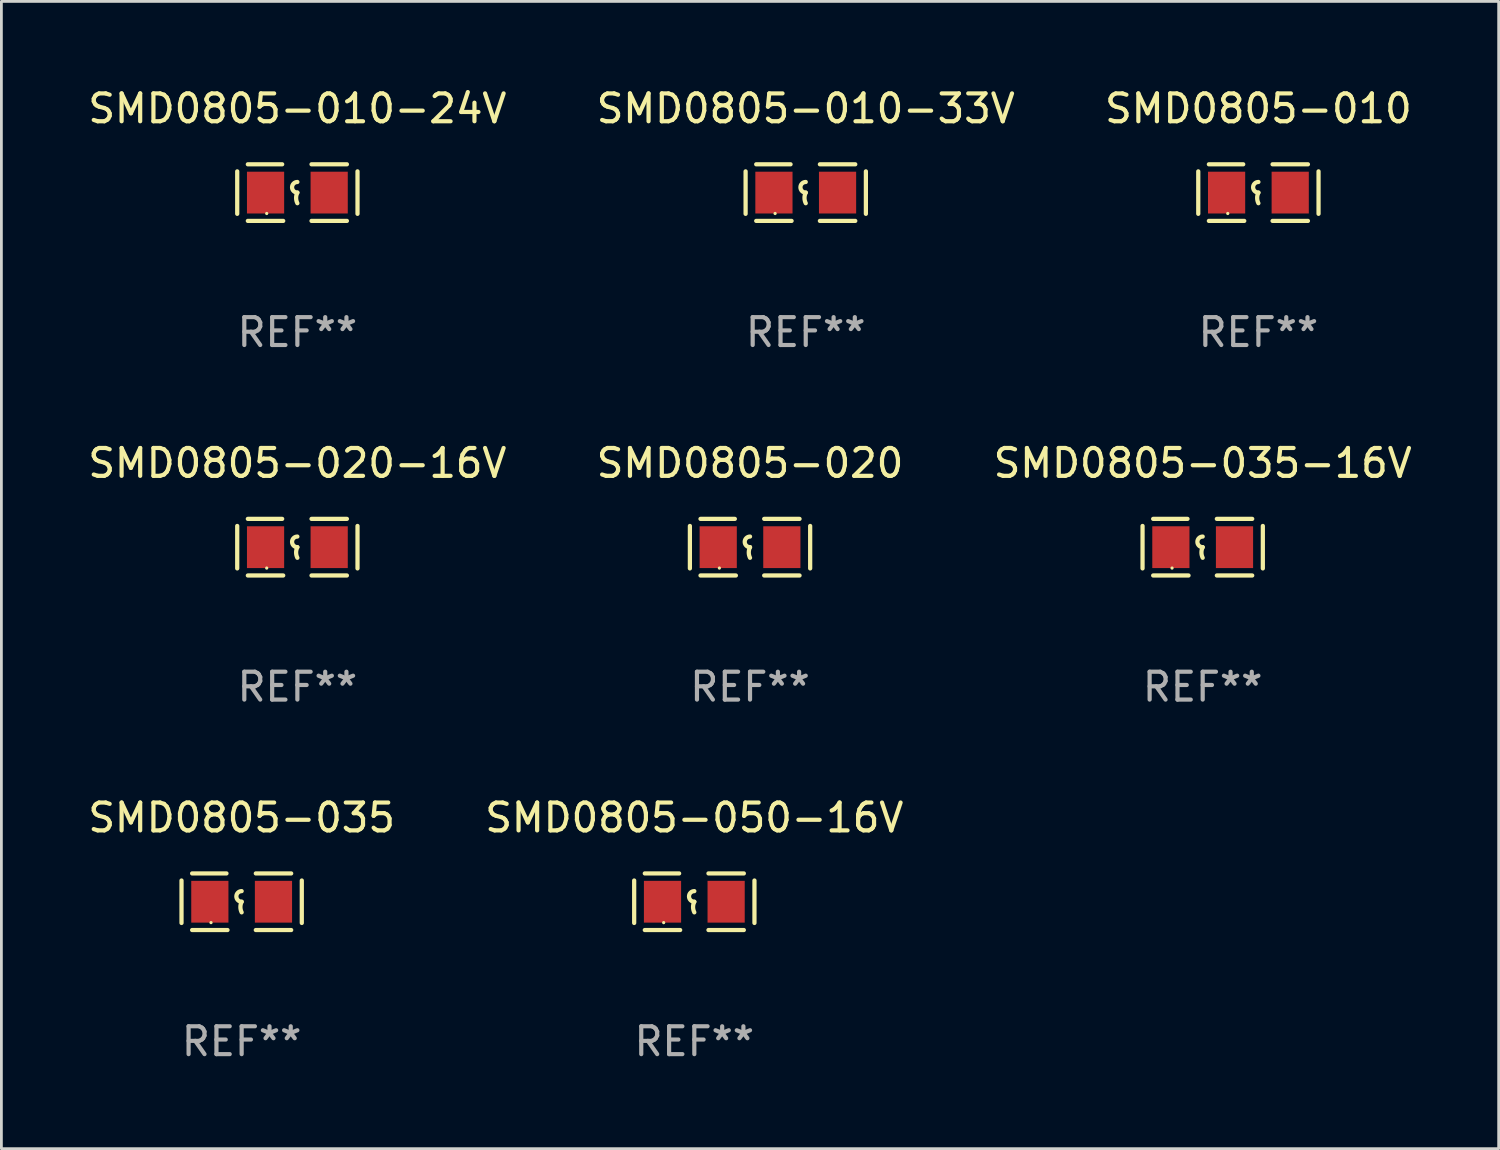
<source format=kicad_pcb>
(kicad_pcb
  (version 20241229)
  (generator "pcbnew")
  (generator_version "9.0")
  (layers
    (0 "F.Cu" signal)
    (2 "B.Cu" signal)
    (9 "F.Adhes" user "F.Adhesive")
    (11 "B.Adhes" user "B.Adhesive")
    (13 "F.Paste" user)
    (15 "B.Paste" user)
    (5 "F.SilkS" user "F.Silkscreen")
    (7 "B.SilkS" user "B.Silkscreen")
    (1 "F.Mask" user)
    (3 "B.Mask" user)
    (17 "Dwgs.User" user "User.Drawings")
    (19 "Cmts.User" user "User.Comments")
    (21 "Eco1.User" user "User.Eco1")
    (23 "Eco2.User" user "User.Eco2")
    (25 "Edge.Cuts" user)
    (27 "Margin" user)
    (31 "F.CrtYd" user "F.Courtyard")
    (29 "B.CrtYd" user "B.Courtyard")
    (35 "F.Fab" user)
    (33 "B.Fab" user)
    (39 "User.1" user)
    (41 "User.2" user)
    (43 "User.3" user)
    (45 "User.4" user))
  (footprint "SMD0805-010-33V"
    (layer "F.Cu")
    (at 25.875 3.864)
    (property "Reference" "SMD0805-010-33V" (at 0 -3.016 0) (layer "F.SilkS") (effects (font (size 1 1) (thickness 0.15))))
    (attr through_hole)
    (fp_line (start -2.159 -0.762) (end -2.159 0.762) (stroke (width 0.152) (type solid)) (layer "F.SilkS"))
    (fp_line (start -1.778 -1.016) (end -0.545 -1.016) (stroke (width 0.152) (type solid)) (layer "F.SilkS"))
    (fp_line (start -0.508 1.016) (end -1.778 1.016) (stroke (width 0.152) (type solid)) (layer "F.SilkS"))
    (fp_line (start 0.508 1.016) (end 1.778 1.016) (stroke (width 0.152) (type solid)) (layer "F.SilkS"))
    (fp_line (start 1.778 -1.016) (end 0.508 -1.016) (stroke (width 0.152) (type solid)) (layer "F.SilkS"))
    (fp_line (start 2.159 -0.762) (end 2.159 0.762) (stroke (width 0.152) (type solid)) (layer "F.SilkS"))
    (fp_arc (start 0 0) (mid -0.1905 -0.1905) (end 0 -0.381) (stroke (width 0.151994) (type solid)) (layer "F.SilkS"))
    (fp_arc (start 0 0.381001) (mid -0.044971 0.1905) (end 0 0) (stroke (width 0.151994) (type solid)) (layer "F.SilkS"))
    (fp_circle (center -1.1 0.75) (end -1.07 0.75) (stroke (width 0.06) (type solid)) (fill no) (layer "F.SilkS"))
    (fp_text user "REF**" (at 0 5.016 0) (layer "F.Fab") (effects (font (size 1 1) (thickness 0.15))))
    (pad "1" smd rect (at -1.142 0) (size 1.335 1.5) (layers "F.Cu" "F.Mask" "F.Paste"))
    (pad "2" smd rect (at 1.142 0) (size 1.335 1.5) (layers "F.Cu" "F.Mask" "F.Paste")))
  (footprint "SMD0805-010"
    (layer "F.Cu")
    (at 42.125 3.864)
    (property "Reference" "SMD0805-010" (at 0 -3.016 0) (layer "F.SilkS") (effects (font (size 1 1) (thickness 0.15))))
    (attr through_hole)
    (fp_line (start -2.159 -0.762) (end -2.159 0.762) (stroke (width 0.152) (type solid)) (layer "F.SilkS"))
    (fp_line (start -1.778 -1.016) (end -0.545 -1.016) (stroke (width 0.152) (type solid)) (layer "F.SilkS"))
    (fp_line (start -0.508 1.016) (end -1.778 1.016) (stroke (width 0.152) (type solid)) (layer "F.SilkS"))
    (fp_line (start 0.508 1.016) (end 1.778 1.016) (stroke (width 0.152) (type solid)) (layer "F.SilkS"))
    (fp_line (start 1.778 -1.016) (end 0.508 -1.016) (stroke (width 0.152) (type solid)) (layer "F.SilkS"))
    (fp_line (start 2.159 -0.762) (end 2.159 0.762) (stroke (width 0.152) (type solid)) (layer "F.SilkS"))
    (fp_arc (start 0 0) (mid -0.1905 -0.1905) (end 0 -0.381) (stroke (width 0.151994) (type solid)) (layer "F.SilkS"))
    (fp_arc (start 0 0.381001) (mid -0.044971 0.1905) (end 0 0) (stroke (width 0.151994) (type solid)) (layer "F.SilkS"))
    (fp_circle (center -1.1 0.75) (end -1.07 0.75) (stroke (width 0.06) (type solid)) (fill no) (layer "F.SilkS"))
    (fp_text user "REF**" (at 0 5.016 0) (layer "F.Fab") (effects (font (size 1 1) (thickness 0.15))))
    (pad "1" smd rect (at -1.142 0) (size 1.335 1.5) (layers "F.Cu" "F.Mask" "F.Paste"))
    (pad "2" smd rect (at 1.142 0) (size 1.335 1.5) (layers "F.Cu" "F.Mask" "F.Paste")))
  (footprint "SMD0805-020"
    (layer "F.Cu")
    (at 23.875 16.593)
    (property "Reference" "SMD0805-020" (at 0 -3.016 0) (layer "F.SilkS") (effects (font (size 1 1) (thickness 0.15))))
    (attr through_hole)
    (fp_line (start -2.159 -0.762) (end -2.159 0.762) (stroke (width 0.152) (type solid)) (layer "F.SilkS"))
    (fp_line (start -1.778 -1.016) (end -0.545 -1.016) (stroke (width 0.152) (type solid)) (layer "F.SilkS"))
    (fp_line (start -0.508 1.016) (end -1.778 1.016) (stroke (width 0.152) (type solid)) (layer "F.SilkS"))
    (fp_line (start 0.508 1.016) (end 1.778 1.016) (stroke (width 0.152) (type solid)) (layer "F.SilkS"))
    (fp_line (start 1.778 -1.016) (end 0.508 -1.016) (stroke (width 0.152) (type solid)) (layer "F.SilkS"))
    (fp_line (start 2.159 -0.762) (end 2.159 0.762) (stroke (width 0.152) (type solid)) (layer "F.SilkS"))
    (fp_arc (start 0 0) (mid -0.1905 -0.1905) (end 0 -0.381) (stroke (width 0.151994) (type solid)) (layer "F.SilkS"))
    (fp_arc (start 0 0.381001) (mid -0.044971 0.1905) (end 0 0) (stroke (width 0.151994) (type solid)) (layer "F.SilkS"))
    (fp_circle (center -1.1 0.75) (end -1.07 0.75) (stroke (width 0.06) (type solid)) (fill no) (layer "F.SilkS"))
    (fp_text user "REF**" (at 0 5.016 0) (layer "F.Fab") (effects (font (size 1 1) (thickness 0.15))))
    (pad "1" smd rect (at -1.142 0) (size 1.335 1.5) (layers "F.Cu" "F.Mask" "F.Paste"))
    (pad "2" smd rect (at 1.142 0) (size 1.335 1.5) (layers "F.Cu" "F.Mask" "F.Paste")))
  (footprint "SMD0805-020-16V"
    (layer "F.Cu")
    (at 7.625 16.593)
    (property "Reference" "SMD0805-020-16V" (at 0 -3.016 0) (layer "F.SilkS") (effects (font (size 1 1) (thickness 0.15))))
    (attr through_hole)
    (fp_line (start -2.159 -0.762) (end -2.159 0.762) (stroke (width 0.152) (type solid)) (layer "F.SilkS"))
    (fp_line (start -1.778 -1.016) (end -0.545 -1.016) (stroke (width 0.152) (type solid)) (layer "F.SilkS"))
    (fp_line (start -0.508 1.016) (end -1.778 1.016) (stroke (width 0.152) (type solid)) (layer "F.SilkS"))
    (fp_line (start 0.508 1.016) (end 1.778 1.016) (stroke (width 0.152) (type solid)) (layer "F.SilkS"))
    (fp_line (start 1.778 -1.016) (end 0.508 -1.016) (stroke (width 0.152) (type solid)) (layer "F.SilkS"))
    (fp_line (start 2.159 -0.762) (end 2.159 0.762) (stroke (width 0.152) (type solid)) (layer "F.SilkS"))
    (fp_arc (start 0 0) (mid -0.1905 -0.1905) (end 0 -0.381) (stroke (width 0.151994) (type solid)) (layer "F.SilkS"))
    (fp_arc (start 0 0.381001) (mid -0.044971 0.1905) (end 0 0) (stroke (width 0.151994) (type solid)) (layer "F.SilkS"))
    (fp_circle (center -1.1 0.75) (end -1.07 0.75) (stroke (width 0.06) (type solid)) (fill no) (layer "F.SilkS"))
    (fp_text user "REF**" (at 0 5.016 0) (layer "F.Fab") (effects (font (size 1 1) (thickness 0.15))))
    (pad "1" smd rect (at -1.142 0) (size 1.335 1.5) (layers "F.Cu" "F.Mask" "F.Paste"))
    (pad "2" smd rect (at 1.142 0) (size 1.335 1.5) (layers "F.Cu" "F.Mask" "F.Paste")))
  (footprint "SMD0805-050-16V"
    (layer "F.Cu")
    (at 21.875 29.321)
    (property "Reference" "SMD0805-050-16V" (at 0 -3.016 0) (layer "F.SilkS") (effects (font (size 1 1) (thickness 0.15))))
    (attr through_hole)
    (fp_line (start -2.159 -0.762) (end -2.159 0.762) (stroke (width 0.152) (type solid)) (layer "F.SilkS"))
    (fp_line (start -1.778 -1.016) (end -0.545 -1.016) (stroke (width 0.152) (type solid)) (layer "F.SilkS"))
    (fp_line (start -0.508 1.016) (end -1.778 1.016) (stroke (width 0.152) (type solid)) (layer "F.SilkS"))
    (fp_line (start 0.508 1.016) (end 1.778 1.016) (stroke (width 0.152) (type solid)) (layer "F.SilkS"))
    (fp_line (start 1.778 -1.016) (end 0.508 -1.016) (stroke (width 0.152) (type solid)) (layer "F.SilkS"))
    (fp_line (start 2.159 -0.762) (end 2.159 0.762) (stroke (width 0.152) (type solid)) (layer "F.SilkS"))
    (fp_arc (start 0 0) (mid -0.1905 -0.1905) (end 0 -0.381) (stroke (width 0.151994) (type solid)) (layer "F.SilkS"))
    (fp_arc (start 0 0.381001) (mid -0.044971 0.1905) (end 0 0) (stroke (width 0.151994) (type solid)) (layer "F.SilkS"))
    (fp_circle (center -1.1 0.75) (end -1.07 0.75) (stroke (width 0.06) (type solid)) (fill no) (layer "F.SilkS"))
    (fp_text user "REF**" (at 0 5.016 0) (layer "F.Fab") (effects (font (size 1 1) (thickness 0.15))))
    (pad "1" smd rect (at -1.142 0) (size 1.335 1.5) (layers "F.Cu" "F.Mask" "F.Paste"))
    (pad "2" smd rect (at 1.142 0) (size 1.335 1.5) (layers "F.Cu" "F.Mask" "F.Paste")))
  (footprint "SMD0805-010-24V"
    (layer "F.Cu")
    (at 7.625 3.864)
    (property "Reference" "SMD0805-010-24V" (at 0 -3.016 0) (layer "F.SilkS") (effects (font (size 1 1) (thickness 0.15))))
    (attr through_hole)
    (fp_line (start -2.159 -0.762) (end -2.159 0.762) (stroke (width 0.152) (type solid)) (layer "F.SilkS"))
    (fp_line (start -1.778 -1.016) (end -0.545 -1.016) (stroke (width 0.152) (type solid)) (layer "F.SilkS"))
    (fp_line (start -0.508 1.016) (end -1.778 1.016) (stroke (width 0.152) (type solid)) (layer "F.SilkS"))
    (fp_line (start 0.508 1.016) (end 1.778 1.016) (stroke (width 0.152) (type solid)) (layer "F.SilkS"))
    (fp_line (start 1.778 -1.016) (end 0.508 -1.016) (stroke (width 0.152) (type solid)) (layer "F.SilkS"))
    (fp_line (start 2.159 -0.762) (end 2.159 0.762) (stroke (width 0.152) (type solid)) (layer "F.SilkS"))
    (fp_arc (start 0 0) (mid -0.1905 -0.1905) (end 0 -0.381) (stroke (width 0.151994) (type solid)) (layer "F.SilkS"))
    (fp_arc (start 0 0.381001) (mid -0.044971 0.1905) (end 0 0) (stroke (width 0.151994) (type solid)) (layer "F.SilkS"))
    (fp_circle (center -1.1 0.75) (end -1.07 0.75) (stroke (width 0.06) (type solid)) (fill no) (layer "F.SilkS"))
    (fp_text user "REF**" (at 0 5.016 0) (layer "F.Fab") (effects (font (size 1 1) (thickness 0.15))))
    (pad "1" smd rect (at -1.142 0) (size 1.335 1.5) (layers "F.Cu" "F.Mask" "F.Paste"))
    (pad "2" smd rect (at 1.142 0) (size 1.335 1.5) (layers "F.Cu" "F.Mask" "F.Paste")))
  (footprint "SMD0805-035"
    (layer "F.Cu")
    (at 5.625 29.321)
    (property "Reference" "SMD0805-035" (at 0 -3.016 0) (layer "F.SilkS") (effects (font (size 1 1) (thickness 0.15))))
    (attr through_hole)
    (fp_line (start -2.159 -0.762) (end -2.159 0.762) (stroke (width 0.152) (type solid)) (layer "F.SilkS"))
    (fp_line (start -1.778 -1.016) (end -0.545 -1.016) (stroke (width 0.152) (type solid)) (layer "F.SilkS"))
    (fp_line (start -0.508 1.016) (end -1.778 1.016) (stroke (width 0.152) (type solid)) (layer "F.SilkS"))
    (fp_line (start 0.508 1.016) (end 1.778 1.016) (stroke (width 0.152) (type solid)) (layer "F.SilkS"))
    (fp_line (start 1.778 -1.016) (end 0.508 -1.016) (stroke (width 0.152) (type solid)) (layer "F.SilkS"))
    (fp_line (start 2.159 -0.762) (end 2.159 0.762) (stroke (width 0.152) (type solid)) (layer "F.SilkS"))
    (fp_arc (start 0 0) (mid -0.1905 -0.1905) (end 0 -0.381) (stroke (width 0.151994) (type solid)) (layer "F.SilkS"))
    (fp_arc (start 0 0.381001) (mid -0.044971 0.1905) (end 0 0) (stroke (width 0.151994) (type solid)) (layer "F.SilkS"))
    (fp_circle (center -1.1 0.75) (end -1.07 0.75) (stroke (width 0.06) (type solid)) (fill no) (layer "F.SilkS"))
    (fp_text user "REF**" (at 0 5.016 0) (layer "F.Fab") (effects (font (size 1 1) (thickness 0.15))))
    (pad "1" smd rect (at -1.142 0) (size 1.335 1.5) (layers "F.Cu" "F.Mask" "F.Paste"))
    (pad "2" smd rect (at 1.142 0) (size 1.335 1.5) (layers "F.Cu" "F.Mask" "F.Paste")))
  (footprint "SMD0805-035-16V"
    (layer "F.Cu")
    (at 40.125 16.593)
    (property "Reference" "SMD0805-035-16V" (at 0 -3.016 0) (layer "F.SilkS") (effects (font (size 1 1) (thickness 0.15))))
    (attr through_hole)
    (fp_line (start -2.159 -0.762) (end -2.159 0.762) (stroke (width 0.152) (type solid)) (layer "F.SilkS"))
    (fp_line (start -1.778 -1.016) (end -0.545 -1.016) (stroke (width 0.152) (type solid)) (layer "F.SilkS"))
    (fp_line (start -0.508 1.016) (end -1.778 1.016) (stroke (width 0.152) (type solid)) (layer "F.SilkS"))
    (fp_line (start 0.508 1.016) (end 1.778 1.016) (stroke (width 0.152) (type solid)) (layer "F.SilkS"))
    (fp_line (start 1.778 -1.016) (end 0.508 -1.016) (stroke (width 0.152) (type solid)) (layer "F.SilkS"))
    (fp_line (start 2.159 -0.762) (end 2.159 0.762) (stroke (width 0.152) (type solid)) (layer "F.SilkS"))
    (fp_arc (start 0 0) (mid -0.1905 -0.1905) (end 0 -0.381) (stroke (width 0.151994) (type solid)) (layer "F.SilkS"))
    (fp_arc (start 0 0.381001) (mid -0.044971 0.1905) (end 0 0) (stroke (width 0.151994) (type solid)) (layer "F.SilkS"))
    (fp_circle (center -1.1 0.75) (end -1.07 0.75) (stroke (width 0.06) (type solid)) (fill no) (layer "F.SilkS"))
    (fp_text user "REF**" (at 0 5.016 0) (layer "F.Fab") (effects (font (size 1 1) (thickness 0.15))))
    (pad "1" smd rect (at -1.142 0) (size 1.335 1.5) (layers "F.Cu" "F.Mask" "F.Paste"))
    (pad "2" smd rect (at 1.142 0) (size 1.335 1.5) (layers "F.Cu" "F.Mask" "F.Paste")))
  (gr_rect
    (start -3 -3)
    (end 50.75 38.186)
    (stroke (width 0.1) (type default))
    (fill no)
    (layer "Edge.Cuts")))
</source>
